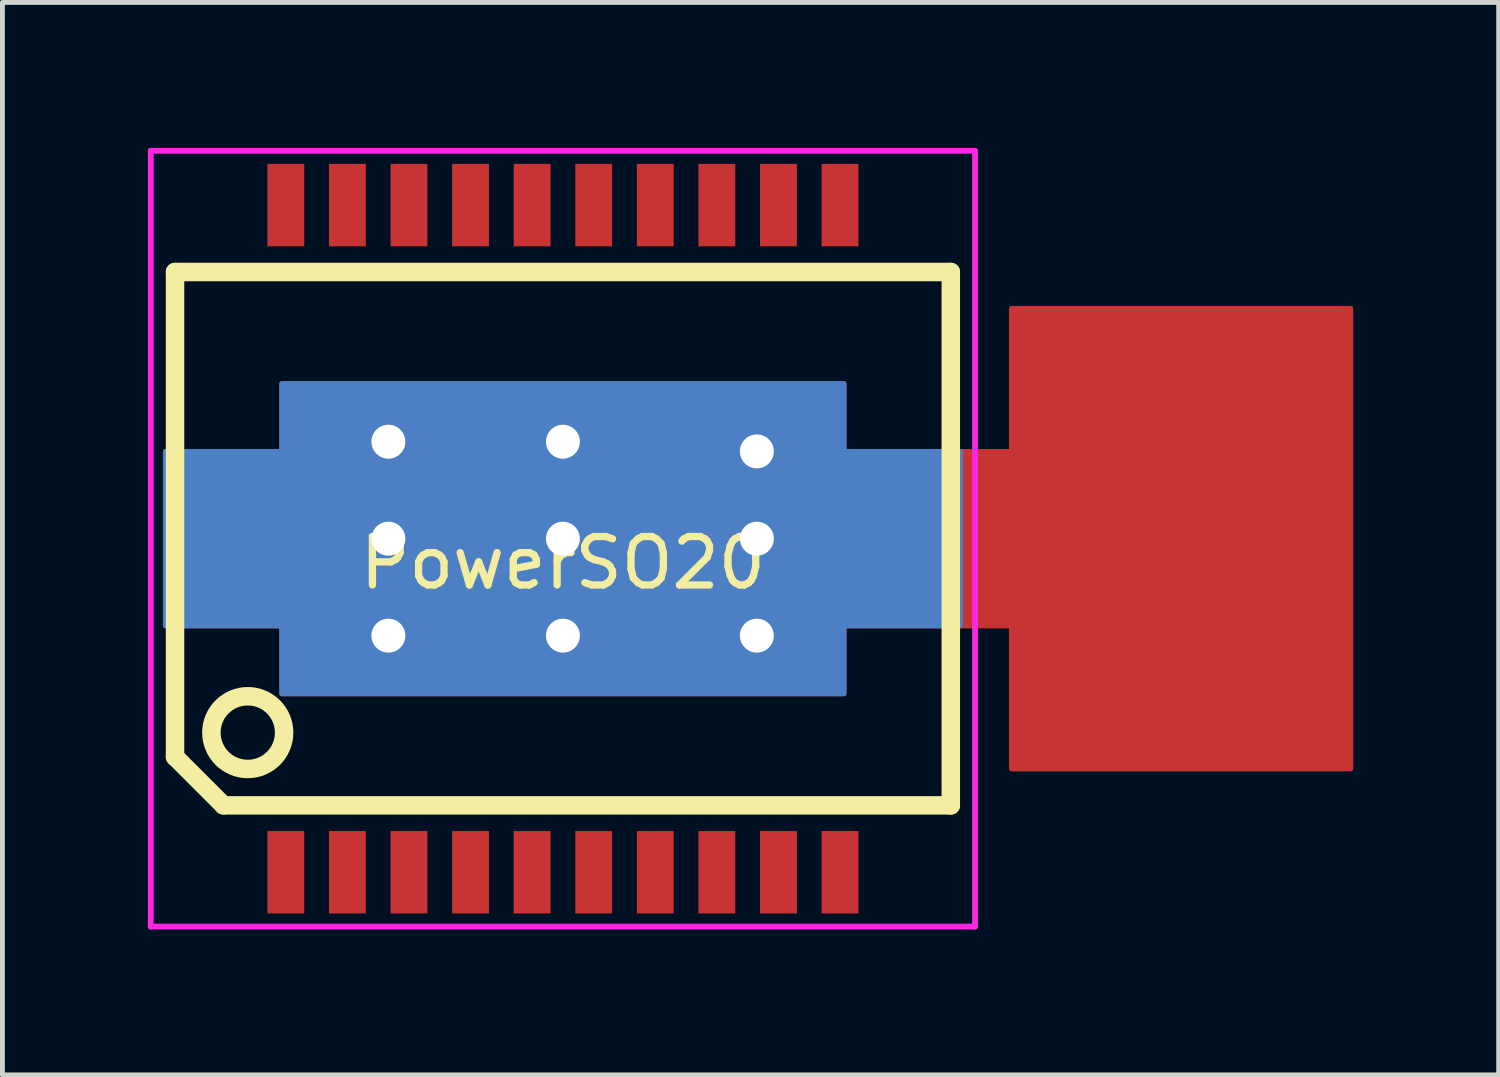
<source format=kicad_pcb>
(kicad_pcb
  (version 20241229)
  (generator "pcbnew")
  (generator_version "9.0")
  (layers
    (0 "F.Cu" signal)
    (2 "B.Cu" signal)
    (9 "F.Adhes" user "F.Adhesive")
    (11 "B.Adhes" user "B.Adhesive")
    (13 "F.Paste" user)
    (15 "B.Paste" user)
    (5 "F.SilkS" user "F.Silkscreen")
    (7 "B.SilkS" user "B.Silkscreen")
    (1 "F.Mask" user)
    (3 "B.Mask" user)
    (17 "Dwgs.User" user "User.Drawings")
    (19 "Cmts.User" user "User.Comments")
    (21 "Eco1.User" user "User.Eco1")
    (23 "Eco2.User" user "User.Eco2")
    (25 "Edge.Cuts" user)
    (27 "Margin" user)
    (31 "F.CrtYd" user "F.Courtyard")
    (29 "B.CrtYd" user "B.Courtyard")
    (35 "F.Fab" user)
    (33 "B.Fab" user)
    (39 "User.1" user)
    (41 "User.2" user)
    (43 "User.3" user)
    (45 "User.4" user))
  (footprint "PowerSO20"
    (layer "F.Cu")
    (at 8.56 8.06)
    (property "Reference" "PowerSO20" (at 0 0.5 0) (unlocked yes) (layer "F.SilkS") (effects (font (size 1 1) (thickness 0.15))))
    (attr smd)
    (fp_poly (pts (xy 5.8 -1.8) (xy 8.5 -1.8) (xy 8.5 1.8) (xy 5.8 1.8) (xy 5.8 3.2) (xy -5.8 3.2) (xy -5.8 1.8) (xy -8.2 1.8) (xy -8.2 -1.8) (xy -5.8 -1.8) (xy -5.8 -3.2) (xy 5.8 -3.2)) (stroke (width 0.1) (type solid)) (fill yes) (layer "F.Mask"))
    (fp_line (start -8 -5.5) (end -8 4.5) (stroke (width 0.381) (type solid)) (layer "F.SilkS"))
    (fp_line (start -8 4.5) (end -7 5.5) (stroke (width 0.381) (type solid)) (layer "F.SilkS"))
    (fp_line (start -7 5.5) (end 8 5.5) (stroke (width 0.381) (type solid)) (layer "F.SilkS"))
    (fp_line (start 8 -5.5) (end -8 -5.5) (stroke (width 0.381) (type solid)) (layer "F.SilkS"))
    (fp_line (start 8 5.5) (end 8 -5.5) (stroke (width 0.381) (type solid)) (layer "F.SilkS"))
    (fp_circle (center -6.5 4) (end -6.5 3.25) (stroke (width 0.381) (type solid)) (fill no) (layer "F.SilkS"))
    (fp_poly (pts (xy 5.8 -1.8) (xy 8.5 -1.8) (xy 8.5 1.8) (xy 5.8 1.8) (xy 5.8 3.2) (xy -5.8 3.2) (xy -5.8 1.8) (xy -8.2 1.8) (xy -8.2 -1.8) (xy -5.8 -1.8) (xy -5.8 -3.2) (xy 5.8 -3.2)) (stroke (width 0.1) (type solid)) (fill yes) (layer "F.Paste"))
    (fp_line (start -8.5 -8) (end 8.5 -8) (stroke (width 0.12) (type solid)) (layer "F.CrtYd"))
    (fp_line (start -8.5 8) (end -8.5 -8) (stroke (width 0.12) (type solid)) (layer "F.CrtYd"))
    (fp_line (start 8.5 -8) (end 8.5 8) (stroke (width 0.12) (type solid)) (layer "F.CrtYd"))
    (fp_line (start 8.5 8) (end -8.5 8) (stroke (width 0.12) (type solid)) (layer "F.CrtYd"))
    (pad "1" smd rect (at -5.715 6.88) (size 0.76 1.7) (layers "F.Cu" "F.Mask" "F.Paste"))
    (pad "2" smd rect (at -4.445 6.88) (size 0.76 1.7) (layers "F.Cu" "F.Mask" "F.Paste"))
    (pad "3" smd rect (at -3.175 6.88) (size 0.76 1.7) (layers "F.Cu" "F.Mask" "F.Paste"))
    (pad "4" smd rect (at -1.905 6.88) (size 0.76 1.7) (layers "F.Cu" "F.Mask" "F.Paste"))
    (pad "5" smd rect (at -0.635 6.88) (size 0.76 1.7) (layers "F.Cu" "F.Mask" "F.Paste"))
    (pad "6" smd rect (at 0.635 6.88) (size 0.76 1.7) (layers "F.Cu" "F.Mask" "F.Paste"))
    (pad "7" smd rect (at 1.905 6.88) (size 0.76 1.7) (layers "F.Cu" "F.Mask" "F.Paste"))
    (pad "8" smd rect (at 3.175 6.88) (size 0.76 1.7) (layers "F.Cu" "F.Mask" "F.Paste"))
    (pad "9" smd rect (at 4.445 6.88) (size 0.76 1.7) (layers "F.Cu" "F.Mask" "F.Paste"))
    (pad "10" smd rect (at 5.715 6.88) (size 0.76 1.7) (layers "F.Cu" "F.Mask" "F.Paste"))
    (pad "11" smd rect (at 5.715 -6.88) (size 0.76 1.7) (layers "F.Cu" "F.Mask" "F.Paste"))
    (pad "12" smd rect (at 4.445 -6.88) (size 0.76 1.7) (layers "F.Cu" "F.Mask" "F.Paste"))
    (pad "13" smd rect (at 3.175 -6.88) (size 0.76 1.7) (layers "F.Cu" "F.Mask" "F.Paste"))
    (pad "14" smd rect (at 1.905 -6.88) (size 0.76 1.7) (layers "F.Cu" "F.Mask" "F.Paste"))
    (pad "15" smd rect (at 0.635 -6.88) (size 0.76 1.7) (layers "F.Cu" "F.Mask" "F.Paste"))
    (pad "16" smd rect (at -0.635 -6.88) (size 0.76 1.7) (layers "F.Cu" "F.Mask" "F.Paste"))
    (pad "17" smd rect (at -1.905 -6.88) (size 0.76 1.7) (layers "F.Cu" "F.Mask" "F.Paste"))
    (pad "18" smd rect (at -3.175 -6.88) (size 0.76 1.7) (layers "F.Cu" "F.Mask" "F.Paste"))
    (pad "19" smd rect (at -4.445 -6.88) (size 0.76 1.7) (layers "F.Cu" "F.Mask" "F.Paste"))
    (pad "20" smd rect (at -5.715 -6.88) (size 0.76 1.7) (layers "F.Cu" "F.Mask" "F.Paste"))
    (pad "20" thru_hole circle (at -3.6 -2) (size 1.524 1.524) (drill 0.7) (layers "*.Cu" "*.Mask"))
    (pad "20" thru_hole circle (at -3.6 0) (size 1.524 1.524) (drill 0.7) (layers "*.Cu" "*.Mask"))
    (pad "20" thru_hole circle (at -3.6 2) (size 1.524 1.524) (drill 0.7) (layers "*.Cu" "*.Mask"))
    (pad "20" thru_hole circle (at 0 -2) (size 1.524 1.524) (drill 0.7) (layers "*.Cu" "*.Mask"))
    (pad "20" thru_hole circle (at 0 0) (size 1.524 1.524) (drill 0.7) (layers "*.Cu" "*.Mask"))
    (pad "20" smd circle (at 0 0) (size 1.524 1.524) (layers "B.Cu" "B.Mask"))
    (pad "20" smd custom (at 0 0) (size 1.524 1.524) (layers "F.Cu") (options (anchor circle)) (primitives (gr_poly (pts (xy 5.8 -1.8) (xy 9.25 -1.8) (xy 9.25 -4.75) (xy 16.25 -4.75) (xy 16.25 4.75) (xy 9.25 4.75) (xy 9.25 1.8) (xy 5.8 1.8) (xy 5.8 3.2) (xy -5.8 3.2) (xy -5.8 1.8) (xy -8.2 1.8) (xy -8.2 -1.8) (xy -5.8 -1.8) (xy -5.8 -3.2) (xy 5.8 -3.2)) (width 0.1) (fill yes))))
    (pad "20" thru_hole circle (at 0 2) (size 1.524 1.524) (drill 0.7) (layers "*.Cu" "*.Mask"))
    (pad "20" smd custom (at 1.8 0) (size 1.524 1.524) (layers "B.Cu" "B.Mask" "B.Paste") (options (anchor circle)) (primitives (gr_poly (pts (xy 4 1.8) (xy 6.4 1.8) (xy 6.4 -1.8) (xy 4 -1.8) (xy 4 -3.2) (xy -7.6 -3.2) (xy -7.6 -1.8) (xy -10 -1.8) (xy -10 1.8) (xy -7.6 1.8) (xy -7.6 3.2) (xy 4 3.2)) (width 0.1) (fill yes))))
    (pad "20" thru_hole circle (at 4 -1.8) (size 1.524 1.524) (drill 0.7) (layers "*.Cu" "*.Mask"))
    (pad "20" thru_hole circle (at 4 0) (size 1.524 1.524) (drill 0.7) (layers "*.Cu" "*.Mask"))
    (pad "20" thru_hole circle (at 4 2) (size 1.524 1.524) (drill 0.7) (layers "*.Cu" "*.Mask")))
  (gr_rect
    (start -3 -3)
    (end 27.86 19.12)
    (stroke (width 0.1) (type default))
    (fill no)
    (layer "Edge.Cuts")))
</source>
